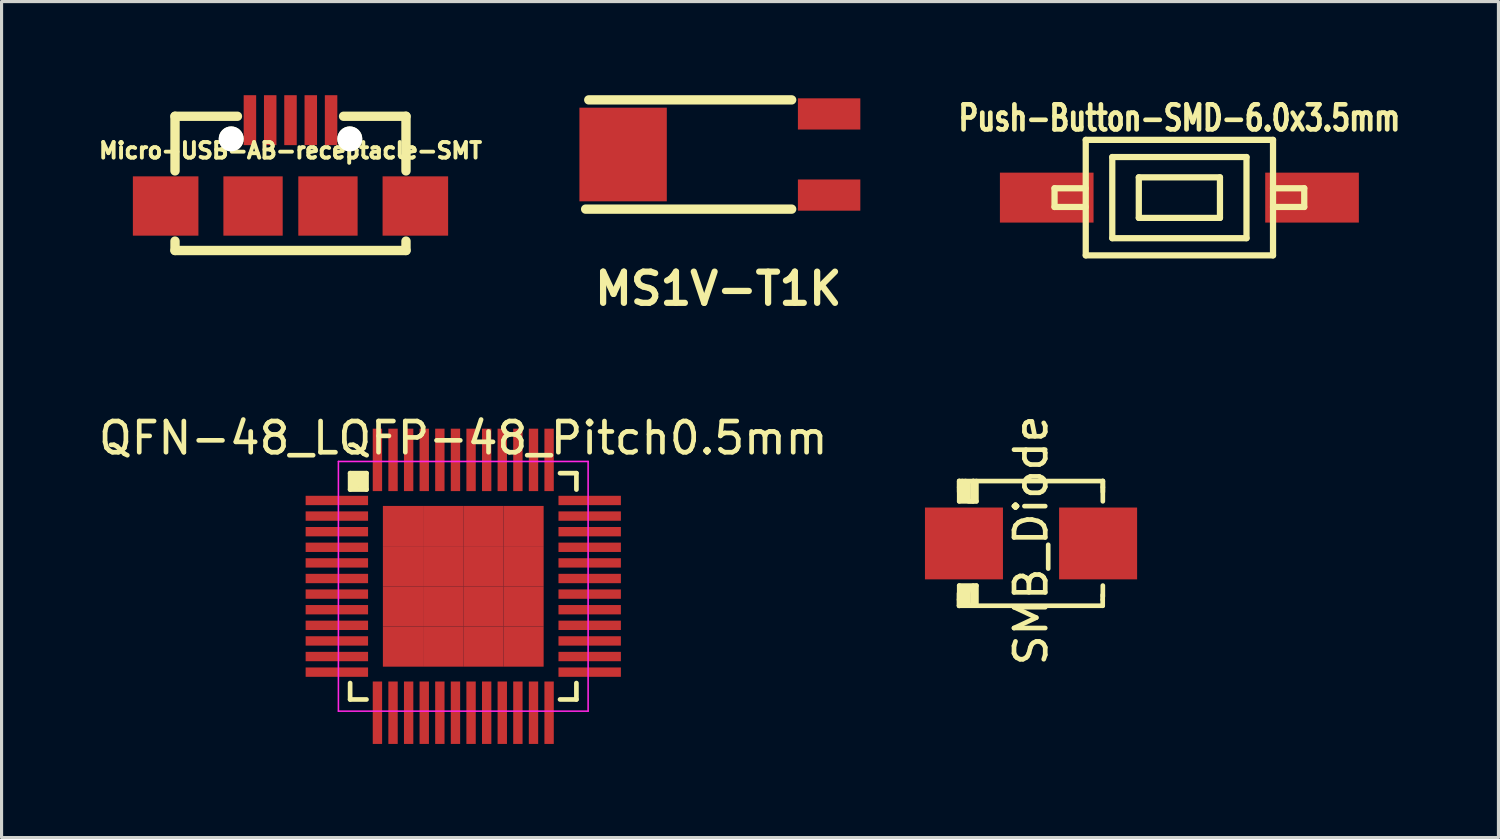
<source format=kicad_pcb>
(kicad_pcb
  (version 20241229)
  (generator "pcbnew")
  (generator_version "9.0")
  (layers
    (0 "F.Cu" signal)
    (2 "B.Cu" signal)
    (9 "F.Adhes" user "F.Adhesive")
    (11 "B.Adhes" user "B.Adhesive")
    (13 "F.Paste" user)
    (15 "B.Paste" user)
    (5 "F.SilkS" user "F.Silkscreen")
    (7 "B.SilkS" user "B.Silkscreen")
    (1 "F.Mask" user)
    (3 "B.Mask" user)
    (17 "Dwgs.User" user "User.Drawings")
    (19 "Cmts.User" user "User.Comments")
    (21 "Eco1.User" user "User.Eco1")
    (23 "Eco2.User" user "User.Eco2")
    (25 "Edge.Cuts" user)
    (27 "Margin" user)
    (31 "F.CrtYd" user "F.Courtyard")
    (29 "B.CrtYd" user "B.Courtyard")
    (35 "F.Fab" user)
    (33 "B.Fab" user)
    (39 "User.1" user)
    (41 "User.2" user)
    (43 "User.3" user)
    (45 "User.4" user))
  (footprint "QFN-48_LQFP-48_Pitch0.5mm"
    (layer "F.Cu")
    (at 11.792 15.734)
    (property "Reference" "QFN-48_LQFP-48_Pitch0.5mm" (at 0 -4.75 0) (layer "F.SilkS") (effects (font (size 1 1) (thickness 0.15))))
    (attr smd)
    (fp_line (start -3.625 -3.625) (end -3.625 -3.1) (stroke (width 0.15) (type solid)) (layer "F.SilkS"))
    (fp_line (start -3.625 -3.625) (end -3.1 -3.625) (stroke (width 0.15) (type solid)) (layer "F.SilkS"))
    (fp_line (start -3.625 -3.1) (end -3.1 -3.1) (stroke (width 0.15) (type solid)) (layer "F.SilkS"))
    (fp_line (start -3.625 3.625) (end -3.625 3.1) (stroke (width 0.15) (type solid)) (layer "F.SilkS"))
    (fp_line (start -3.625 3.625) (end -3.1 3.625) (stroke (width 0.15) (type solid)) (layer "F.SilkS"))
    (fp_line (start -3.493 -3.493) (end -3.493 -3.239) (stroke (width 0.3) (type solid)) (layer "F.SilkS"))
    (fp_line (start -3.264 -3.518) (end -3.264 -3.264) (stroke (width 0.3) (type solid)) (layer "F.SilkS"))
    (fp_line (start -3.1 -3.625) (end -3.1 -3.1) (stroke (width 0.15) (type solid)) (layer "F.SilkS"))
    (fp_line (start 3.625 -3.625) (end 3.1 -3.625) (stroke (width 0.15) (type solid)) (layer "F.SilkS"))
    (fp_line (start 3.625 -3.625) (end 3.625 -3.1) (stroke (width 0.15) (type solid)) (layer "F.SilkS"))
    (fp_line (start 3.625 3.625) (end 3.1 3.625) (stroke (width 0.15) (type solid)) (layer "F.SilkS"))
    (fp_line (start 3.625 3.625) (end 3.625 3.1) (stroke (width 0.15) (type solid)) (layer "F.SilkS"))
    (fp_line (start -4 -4) (end -4 4) (stroke (width 0.05) (type solid)) (layer "F.CrtYd"))
    (fp_line (start -4 -4) (end 4 -4) (stroke (width 0.05) (type solid)) (layer "F.CrtYd"))
    (fp_line (start -4 4) (end 4 4) (stroke (width 0.05) (type solid)) (layer "F.CrtYd"))
    (fp_line (start 4 -4) (end 4 4) (stroke (width 0.05) (type solid)) (layer "F.CrtYd"))
    (pad "1" smd rect (at -4.05 -2.75) (size 2 0.3) (layers "F.Cu" "F.Mask" "F.Paste"))
    (pad "2" smd rect (at -4.05 -2.25) (size 2 0.3) (layers "F.Cu" "F.Mask" "F.Paste"))
    (pad "3" smd rect (at -4.05 -1.75) (size 2 0.3) (layers "F.Cu" "F.Mask" "F.Paste"))
    (pad "4" smd rect (at -4.05 -1.25) (size 2 0.3) (layers "F.Cu" "F.Mask" "F.Paste"))
    (pad "5" smd rect (at -4.05 -0.75) (size 2 0.3) (layers "F.Cu" "F.Mask" "F.Paste"))
    (pad "6" smd rect (at -4.05 -0.25) (size 2 0.3) (layers "F.Cu" "F.Mask" "F.Paste"))
    (pad "7" smd rect (at -4.05 0.25) (size 2 0.3) (layers "F.Cu" "F.Mask" "F.Paste"))
    (pad "8" smd rect (at -4.05 0.75) (size 2 0.3) (layers "F.Cu" "F.Mask" "F.Paste"))
    (pad "9" smd rect (at -4.05 1.25) (size 2 0.3) (layers "F.Cu" "F.Mask" "F.Paste"))
    (pad "10" smd rect (at -4.05 1.75) (size 2 0.3) (layers "F.Cu" "F.Mask" "F.Paste"))
    (pad "11" smd rect (at -4.05 2.25) (size 2 0.3) (layers "F.Cu" "F.Mask" "F.Paste"))
    (pad "12" smd rect (at -4.05 2.75) (size 2 0.3) (layers "F.Cu" "F.Mask" "F.Paste"))
    (pad "13" smd rect (at -2.75 4.05 90) (size 2 0.3) (layers "F.Cu" "F.Mask" "F.Paste"))
    (pad "14" smd rect (at -2.25 4.05 90) (size 2 0.3) (layers "F.Cu" "F.Mask" "F.Paste"))
    (pad "15" smd rect (at -1.75 4.05 90) (size 2 0.3) (layers "F.Cu" "F.Mask" "F.Paste"))
    (pad "16" smd rect (at -1.25 4.05 90) (size 2 0.3) (layers "F.Cu" "F.Mask" "F.Paste"))
    (pad "17" smd rect (at -0.75 4.05 90) (size 2 0.3) (layers "F.Cu" "F.Mask" "F.Paste"))
    (pad "18" smd rect (at -0.25 4.05 90) (size 2 0.3) (layers "F.Cu" "F.Mask" "F.Paste"))
    (pad "19" smd rect (at 0.25 4.05 90) (size 2 0.3) (layers "F.Cu" "F.Mask" "F.Paste"))
    (pad "20" smd rect (at 0.75 4.05 90) (size 2 0.3) (layers "F.Cu" "F.Mask" "F.Paste"))
    (pad "21" smd rect (at 1.25 4.05 90) (size 2 0.3) (layers "F.Cu" "F.Mask" "F.Paste"))
    (pad "22" smd rect (at 1.75 4.05 90) (size 2 0.3) (layers "F.Cu" "F.Mask" "F.Paste"))
    (pad "23" smd rect (at 2.25 4.05 90) (size 2 0.3) (layers "F.Cu" "F.Mask" "F.Paste"))
    (pad "24" smd rect (at 2.75 4.05 90) (size 2 0.3) (layers "F.Cu" "F.Mask" "F.Paste"))
    (pad "25" smd rect (at 4.05 2.75) (size 2 0.3) (layers "F.Cu" "F.Mask" "F.Paste"))
    (pad "26" smd rect (at 4.05 2.25) (size 2 0.3) (layers "F.Cu" "F.Mask" "F.Paste"))
    (pad "27" smd rect (at 4.05 1.75) (size 2 0.3) (layers "F.Cu" "F.Mask" "F.Paste"))
    (pad "28" smd rect (at 4.05 1.25) (size 2 0.3) (layers "F.Cu" "F.Mask" "F.Paste"))
    (pad "29" smd rect (at 4.05 0.75) (size 2 0.3) (layers "F.Cu" "F.Mask" "F.Paste"))
    (pad "30" smd rect (at 4.05 0.25) (size 2 0.3) (layers "F.Cu" "F.Mask" "F.Paste"))
    (pad "31" smd rect (at 4.05 -0.25) (size 2 0.3) (layers "F.Cu" "F.Mask" "F.Paste"))
    (pad "32" smd rect (at 4.05 -0.75) (size 2 0.3) (layers "F.Cu" "F.Mask" "F.Paste"))
    (pad "33" smd rect (at 4.05 -1.25) (size 2 0.3) (layers "F.Cu" "F.Mask" "F.Paste"))
    (pad "34" smd rect (at 4.05 -1.75) (size 2 0.3) (layers "F.Cu" "F.Mask" "F.Paste"))
    (pad "35" smd rect (at 4.05 -2.25) (size 2 0.3) (layers "F.Cu" "F.Mask" "F.Paste"))
    (pad "36" smd rect (at 4.05 -2.75) (size 2 0.3) (layers "F.Cu" "F.Mask" "F.Paste"))
    (pad "37" smd rect (at 2.75 -4.05 90) (size 2 0.3) (layers "F.Cu" "F.Mask" "F.Paste"))
    (pad "38" smd rect (at 2.25 -4.05 90) (size 2 0.3) (layers "F.Cu" "F.Mask" "F.Paste"))
    (pad "39" smd rect (at 1.75 -4.05 90) (size 2 0.3) (layers "F.Cu" "F.Mask" "F.Paste"))
    (pad "40" smd rect (at 1.25 -4.05 90) (size 2 0.3) (layers "F.Cu" "F.Mask" "F.Paste"))
    (pad "41" smd rect (at 0.75 -4.05 90) (size 2 0.3) (layers "F.Cu" "F.Mask" "F.Paste"))
    (pad "42" smd rect (at 0.25 -4.05 90) (size 2 0.3) (layers "F.Cu" "F.Mask" "F.Paste"))
    (pad "43" smd rect (at -0.25 -4.05 90) (size 2 0.3) (layers "F.Cu" "F.Mask" "F.Paste"))
    (pad "44" smd rect (at -0.75 -4.05 90) (size 2 0.3) (layers "F.Cu" "F.Mask" "F.Paste"))
    (pad "45" smd rect (at -1.25 -4.05 90) (size 2 0.3) (layers "F.Cu" "F.Mask" "F.Paste"))
    (pad "46" smd rect (at -1.75 -4.05 90) (size 2 0.3) (layers "F.Cu" "F.Mask" "F.Paste"))
    (pad "47" smd rect (at -2.25 -4.05 90) (size 2 0.3) (layers "F.Cu" "F.Mask" "F.Paste"))
    (pad "48" smd rect (at -2.75 -4.05 90) (size 2 0.3) (layers "F.Cu" "F.Mask" "F.Paste"))
    (pad "49" smd rect (at -1.931 -1.931) (size 1.288 1.288) (layers "F.Cu" "F.Mask" "F.Paste"))
    (pad "49" smd rect (at -1.931 -0.644) (size 1.288 1.288) (layers "F.Cu" "F.Mask" "F.Paste"))
    (pad "49" smd rect (at -1.931 0.644) (size 1.288 1.288) (layers "F.Cu" "F.Mask" "F.Paste"))
    (pad "49" smd rect (at -1.931 1.931) (size 1.288 1.288) (layers "F.Cu" "F.Mask" "F.Paste"))
    (pad "49" smd rect (at -0.644 -1.931) (size 1.288 1.288) (layers "F.Cu" "F.Mask" "F.Paste"))
    (pad "49" smd rect (at -0.644 -0.644) (size 1.288 1.288) (layers "F.Cu" "F.Mask" "F.Paste"))
    (pad "49" smd rect (at -0.644 0.644) (size 1.288 1.288) (layers "F.Cu" "F.Mask" "F.Paste"))
    (pad "49" smd rect (at -0.644 1.931) (size 1.288 1.288) (layers "F.Cu" "F.Mask" "F.Paste"))
    (pad "49" smd rect (at 0.644 -1.931) (size 1.288 1.288) (layers "F.Cu" "F.Mask" "F.Paste"))
    (pad "49" smd rect (at 0.644 -0.644) (size 1.288 1.288) (layers "F.Cu" "F.Mask" "F.Paste"))
    (pad "49" smd rect (at 0.644 0.644) (size 1.288 1.288) (layers "F.Cu" "F.Mask" "F.Paste"))
    (pad "49" smd rect (at 0.644 1.931) (size 1.288 1.288) (layers "F.Cu" "F.Mask" "F.Paste"))
    (pad "49" smd rect (at 1.931 -1.931) (size 1.288 1.288) (layers "F.Cu" "F.Mask" "F.Paste"))
    (pad "49" smd rect (at 1.931 -0.644) (size 1.288 1.288) (layers "F.Cu" "F.Mask" "F.Paste"))
    (pad "49" smd rect (at 1.931 0.644) (size 1.288 1.288) (layers "F.Cu" "F.Mask" "F.Paste"))
    (pad "49" smd rect (at 1.931 1.931) (size 1.288 1.288) (layers "F.Cu" "F.Mask" "F.Paste")))
  (footprint "Micro-USB-AB-receptacle-SMT"
    (layer "F.Cu")
    (at 6.257 5)
    (property "Reference" "Micro-USB-AB-receptacle-SMT" (at 0 -3.225 0) (layer "F.SilkS") (effects (font (size 0.5 0.5) (thickness 0.125))))
    (attr through_hole)
    (fp_line (start -3.7 -4.325) (end -3.7 -2.575) (stroke (width 0.3) (type solid)) (layer "F.SilkS"))
    (fp_line (start -3.7 -4.325) (end -1.7 -4.325) (stroke (width 0.3) (type solid)) (layer "F.SilkS"))
    (fp_line (start -3.7 -0.025) (end -3.7 -0.325) (stroke (width 0.3) (type solid)) (layer "F.SilkS"))
    (fp_line (start 3.7 -4.325) (end 1.7 -4.325) (stroke (width 0.3) (type solid)) (layer "F.SilkS"))
    (fp_line (start 3.7 -4.325) (end 3.7 -2.575) (stroke (width 0.3) (type solid)) (layer "F.SilkS"))
    (fp_line (start 3.7 -0.025) (end -3.7 -0.025) (stroke (width 0.3) (type solid)) (layer "F.SilkS"))
    (fp_line (start 3.7 -0.025) (end 3.7 -0.325) (stroke (width 0.3) (type solid)) (layer "F.SilkS"))
    (pad "" np_thru_hole circle (at -1.9 -3.6) (size 0.8 0.8) (drill 0.8) (layers "*.Cu" "*.Mask" "F.SilkS"))
    (pad "" np_thru_hole circle (at 1.9 -3.6) (size 0.8 0.8) (drill 0.8) (layers "*.Cu" "*.Mask" "F.SilkS"))
    (pad "1" smd rect (at -1.3 -4.2) (size 0.4 1.6) (layers "F.Cu" "F.Mask" "F.Paste"))
    (pad "2" smd rect (at -0.65 -4.2) (size 0.4 1.6) (layers "F.Cu" "F.Mask" "F.Paste"))
    (pad "3" smd rect (at 0 -4.2) (size 0.4 1.6) (layers "F.Cu" "F.Mask" "F.Paste"))
    (pad "4" smd rect (at 0.65 -4.2) (size 0.4 1.6) (layers "F.Cu" "F.Mask" "F.Paste"))
    (pad "5" smd rect (at 1.3 -4.2) (size 0.4 1.6) (layers "F.Cu" "F.Mask" "F.Paste"))
    (pad "6" smd rect (at -4 -1.45) (size 2.1 1.9) (layers "F.Cu" "F.Mask" "F.Paste"))
    (pad "6" smd rect (at -1.2 -1.45) (size 1.9 1.9) (layers "F.Cu" "F.Mask" "F.Paste"))
    (pad "6" smd rect (at 1.2 -1.45) (size 1.9 1.9) (layers "F.Cu" "F.Mask" "F.Paste"))
    (pad "6" smd rect (at 4 -1.45) (size 2.1 1.9) (layers "F.Cu" "F.Mask" "F.Paste")))
  (footprint "Push-Button-SMD-6.0x3.5mm"
    (layer "F.Cu")
    (at 34.735 3.281)
    (property "Reference" "Push-Button-SMD-6.0x3.5mm" (at 0 -2.55 0) (layer "F.SilkS") (effects (font (size 0.8 0.6) (thickness 0.15))))
    (attr through_hole)
    (fp_line (start -4 -0.3) (end -4 0.3) (stroke (width 0.2) (type solid)) (layer "F.SilkS"))
    (fp_line (start -4 0.3) (end -3 0.3) (stroke (width 0.2) (type solid)) (layer "F.SilkS"))
    (fp_line (start -3 -1.85) (end 3 -1.85) (stroke (width 0.2) (type solid)) (layer "F.SilkS"))
    (fp_line (start -3 -0.3) (end -4 -0.3) (stroke (width 0.2) (type solid)) (layer "F.SilkS"))
    (fp_line (start -3 1.85) (end -3 -1.85) (stroke (width 0.2) (type solid)) (layer "F.SilkS"))
    (fp_line (start -2.15 -1.3) (end 2.15 -1.3) (stroke (width 0.2) (type solid)) (layer "F.SilkS"))
    (fp_line (start -2.15 1.3) (end -2.15 -1.3) (stroke (width 0.2) (type solid)) (layer "F.SilkS"))
    (fp_line (start -1.3 -0.65) (end 1.3 -0.65) (stroke (width 0.2) (type solid)) (layer "F.SilkS"))
    (fp_line (start -1.3 0.65) (end -1.3 -0.65) (stroke (width 0.2) (type solid)) (layer "F.SilkS"))
    (fp_line (start 1.3 -0.65) (end 1.3 0.65) (stroke (width 0.2) (type solid)) (layer "F.SilkS"))
    (fp_line (start 1.3 0.65) (end -1.3 0.65) (stroke (width 0.2) (type solid)) (layer "F.SilkS"))
    (fp_line (start 2.15 -1.3) (end 2.15 1.3) (stroke (width 0.2) (type solid)) (layer "F.SilkS"))
    (fp_line (start 2.15 1.3) (end -2.15 1.3) (stroke (width 0.2) (type solid)) (layer "F.SilkS"))
    (fp_line (start 3 -1.85) (end 3 1.85) (stroke (width 0.2) (type solid)) (layer "F.SilkS"))
    (fp_line (start 3 -0.3) (end 4 -0.3) (stroke (width 0.2) (type solid)) (layer "F.SilkS"))
    (fp_line (start 3 1.85) (end -3 1.85) (stroke (width 0.2) (type solid)) (layer "F.SilkS"))
    (fp_line (start 4 -0.3) (end 4 0.3) (stroke (width 0.2) (type solid)) (layer "F.SilkS"))
    (fp_line (start 4 0.3) (end 3 0.3) (stroke (width 0.2) (type solid)) (layer "F.SilkS"))
    (pad "1" smd rect (at -4.25 0) (size 3 1.6) (layers "F.Cu" "F.Mask" "F.Paste"))
    (pad "2" smd rect (at 4.25 0) (size 3 1.6) (layers "F.Cu" "F.Mask" "F.Paste")))
  (footprint "SMB_Diode"
    (layer "F.Cu")
    (at 29.982 14.361)
    (property "Reference" "SMB_Diode" (at 0 -0.1 90) (layer "F.SilkS") (effects (font (size 1 1) (thickness 0.15))))
    (attr smd)
    (fp_line (start -2.306 1.8) (end -2.306 1.6) (stroke (width 0.15) (type solid)) (layer "F.SilkS"))
    (fp_line (start -2.306 1.996) (end -2.306 1.798) (stroke (width 0.15) (type solid)) (layer "F.SilkS"))
    (fp_line (start -2.306 1.996) (end 2.296 1.996) (stroke (width 0.15) (type solid)) (layer "F.SilkS"))
    (fp_line (start -2.301 -1.999) (end -2.301 -1.801) (stroke (width 0.15) (type solid)) (layer "F.SilkS"))
    (fp_line (start -2.301 -1.999) (end 2.301 -1.999) (stroke (width 0.15) (type solid)) (layer "F.SilkS"))
    (fp_line (start -2.301 -1.8) (end -2.301 -1.651) (stroke (width 0.15) (type solid)) (layer "F.SilkS"))
    (fp_line (start -2.3 -2) (end -2.3 -1.35) (stroke (width 0.15) (type solid)) (layer "F.SilkS"))
    (fp_line (start -2.3 -1.35) (end -1.85 -1.35) (stroke (width 0.15) (type solid)) (layer "F.SilkS"))
    (fp_line (start -2.3 1.35) (end -1.85 1.35) (stroke (width 0.15) (type solid)) (layer "F.SilkS"))
    (fp_line (start -2.3 2) (end -2.3 1.35) (stroke (width 0.15) (type solid)) (layer "F.SilkS"))
    (fp_line (start -2.2 -2) (end -2.2 -1.45) (stroke (width 0.15) (type solid)) (layer "F.SilkS"))
    (fp_line (start -2.2 1.4) (end -2.2 1.9) (stroke (width 0.15) (type solid)) (layer "F.SilkS"))
    (fp_line (start -2.1 -2) (end -2.1 -1.4) (stroke (width 0.15) (type solid)) (layer "F.SilkS"))
    (fp_line (start -2.1 1.4) (end -2.1 1.95) (stroke (width 0.15) (type solid)) (layer "F.SilkS"))
    (fp_line (start -2.1 1.95) (end -2 1.95) (stroke (width 0.15) (type solid)) (layer "F.SilkS"))
    (fp_line (start -2 -1.95) (end -2 -1.4) (stroke (width 0.15) (type solid)) (layer "F.SilkS"))
    (fp_line (start -2 1.45) (end -1.9 1.45) (stroke (width 0.15) (type solid)) (layer "F.SilkS"))
    (fp_line (start -2 1.95) (end -2 1.45) (stroke (width 0.15) (type solid)) (layer "F.SilkS"))
    (fp_line (start -1.9 1.45) (end -1.85 1.6) (stroke (width 0.15) (type solid)) (layer "F.SilkS"))
    (fp_line (start -1.85 -1.35) (end -1.85 -2) (stroke (width 0.15) (type solid)) (layer "F.SilkS"))
    (fp_line (start -1.85 1.35) (end -1.75 1.35) (stroke (width 0.15) (type solid)) (layer "F.SilkS"))
    (fp_line (start -1.85 1.6) (end -1.85 1.45) (stroke (width 0.15) (type solid)) (layer "F.SilkS"))
    (fp_line (start -1.849 -1.999) (end -1.849 -1.801) (stroke (width 0.15) (type solid)) (layer "F.SilkS"))
    (fp_line (start -1.849 -1.8) (end -1.849 -1.651) (stroke (width 0.15) (type solid)) (layer "F.SilkS"))
    (fp_line (start -1.849 1.75) (end -1.849 1.601) (stroke (width 0.15) (type solid)) (layer "F.SilkS"))
    (fp_line (start -1.849 1.949) (end -1.849 1.751) (stroke (width 0.15) (type solid)) (layer "F.SilkS"))
    (fp_line (start -1.75 -2) (end -1.75 -1.35) (stroke (width 0.15) (type solid)) (layer "F.SilkS"))
    (fp_line (start -1.75 -1.35) (end -2 -1.35) (stroke (width 0.15) (type solid)) (layer "F.SilkS"))
    (fp_line (start -1.75 1.35) (end -1.75 1.95) (stroke (width 0.15) (type solid)) (layer "F.SilkS"))
    (fp_line (start 2.296 1.8) (end 2.296 1.651) (stroke (width 0.15) (type solid)) (layer "F.SilkS"))
    (fp_line (start 2.296 1.996) (end 2.296 1.798) (stroke (width 0.15) (type solid)) (layer "F.SilkS"))
    (fp_line (start 2.3 -2) (end 2.3 -1.35) (stroke (width 0.15) (type solid)) (layer "F.SilkS"))
    (fp_line (start 2.3 1.7) (end 2.3 1.35) (stroke (width 0.15) (type solid)) (layer "F.SilkS"))
    (fp_line (start 2.301 -1.999) (end 2.301 -1.801) (stroke (width 0.15) (type solid)) (layer "F.SilkS"))
    (fp_line (start 2.301 -1.8) (end 2.301 -1.651) (stroke (width 0.15) (type solid)) (layer "F.SilkS"))
    (pad "1" smd rect (at -2.149 0) (size 2.499 2.301) (layers "F.Cu" "F.Mask" "F.Paste"))
    (pad "2" smd rect (at 2.149 0) (size 2.499 2.301) (layers "F.Cu" "F.Mask" "F.Paste")))
  (footprint "MS1V-T1K"
    (layer "F.Cu")
    (at 18.313 1.9)
    (property "Reference" "MS1V-T1K" (at 1.65 4.3 0) (layer "F.SilkS") (effects (font (size 1 1) (thickness 0.2))))
    (attr through_hole)
    (fp_line (start -2.6 1.75) (end 4 1.75) (stroke (width 0.3) (type solid)) (layer "F.SilkS"))
    (fp_line (start -2.5 -1.75) (end 4 -1.75) (stroke (width 0.3) (type solid)) (layer "F.SilkS"))
    (pad "1" smd rect (at 5.2 1.3) (size 2 1) (layers "F.Cu" "F.Mask" "F.Paste"))
    (pad "2" smd rect (at 5.2 -1.3) (size 2 1) (layers "F.Cu" "F.Mask" "F.Paste"))
    (pad "3" smd rect (at -1.4 0) (size 2.8 3) (layers "F.Cu" "F.Mask" "F.Paste")))
  (gr_rect
    (start -3 -3)
    (end 44.957 23.784)
    (stroke (width 0.1) (type default))
    (fill no)
    (layer "Edge.Cuts")))
</source>
